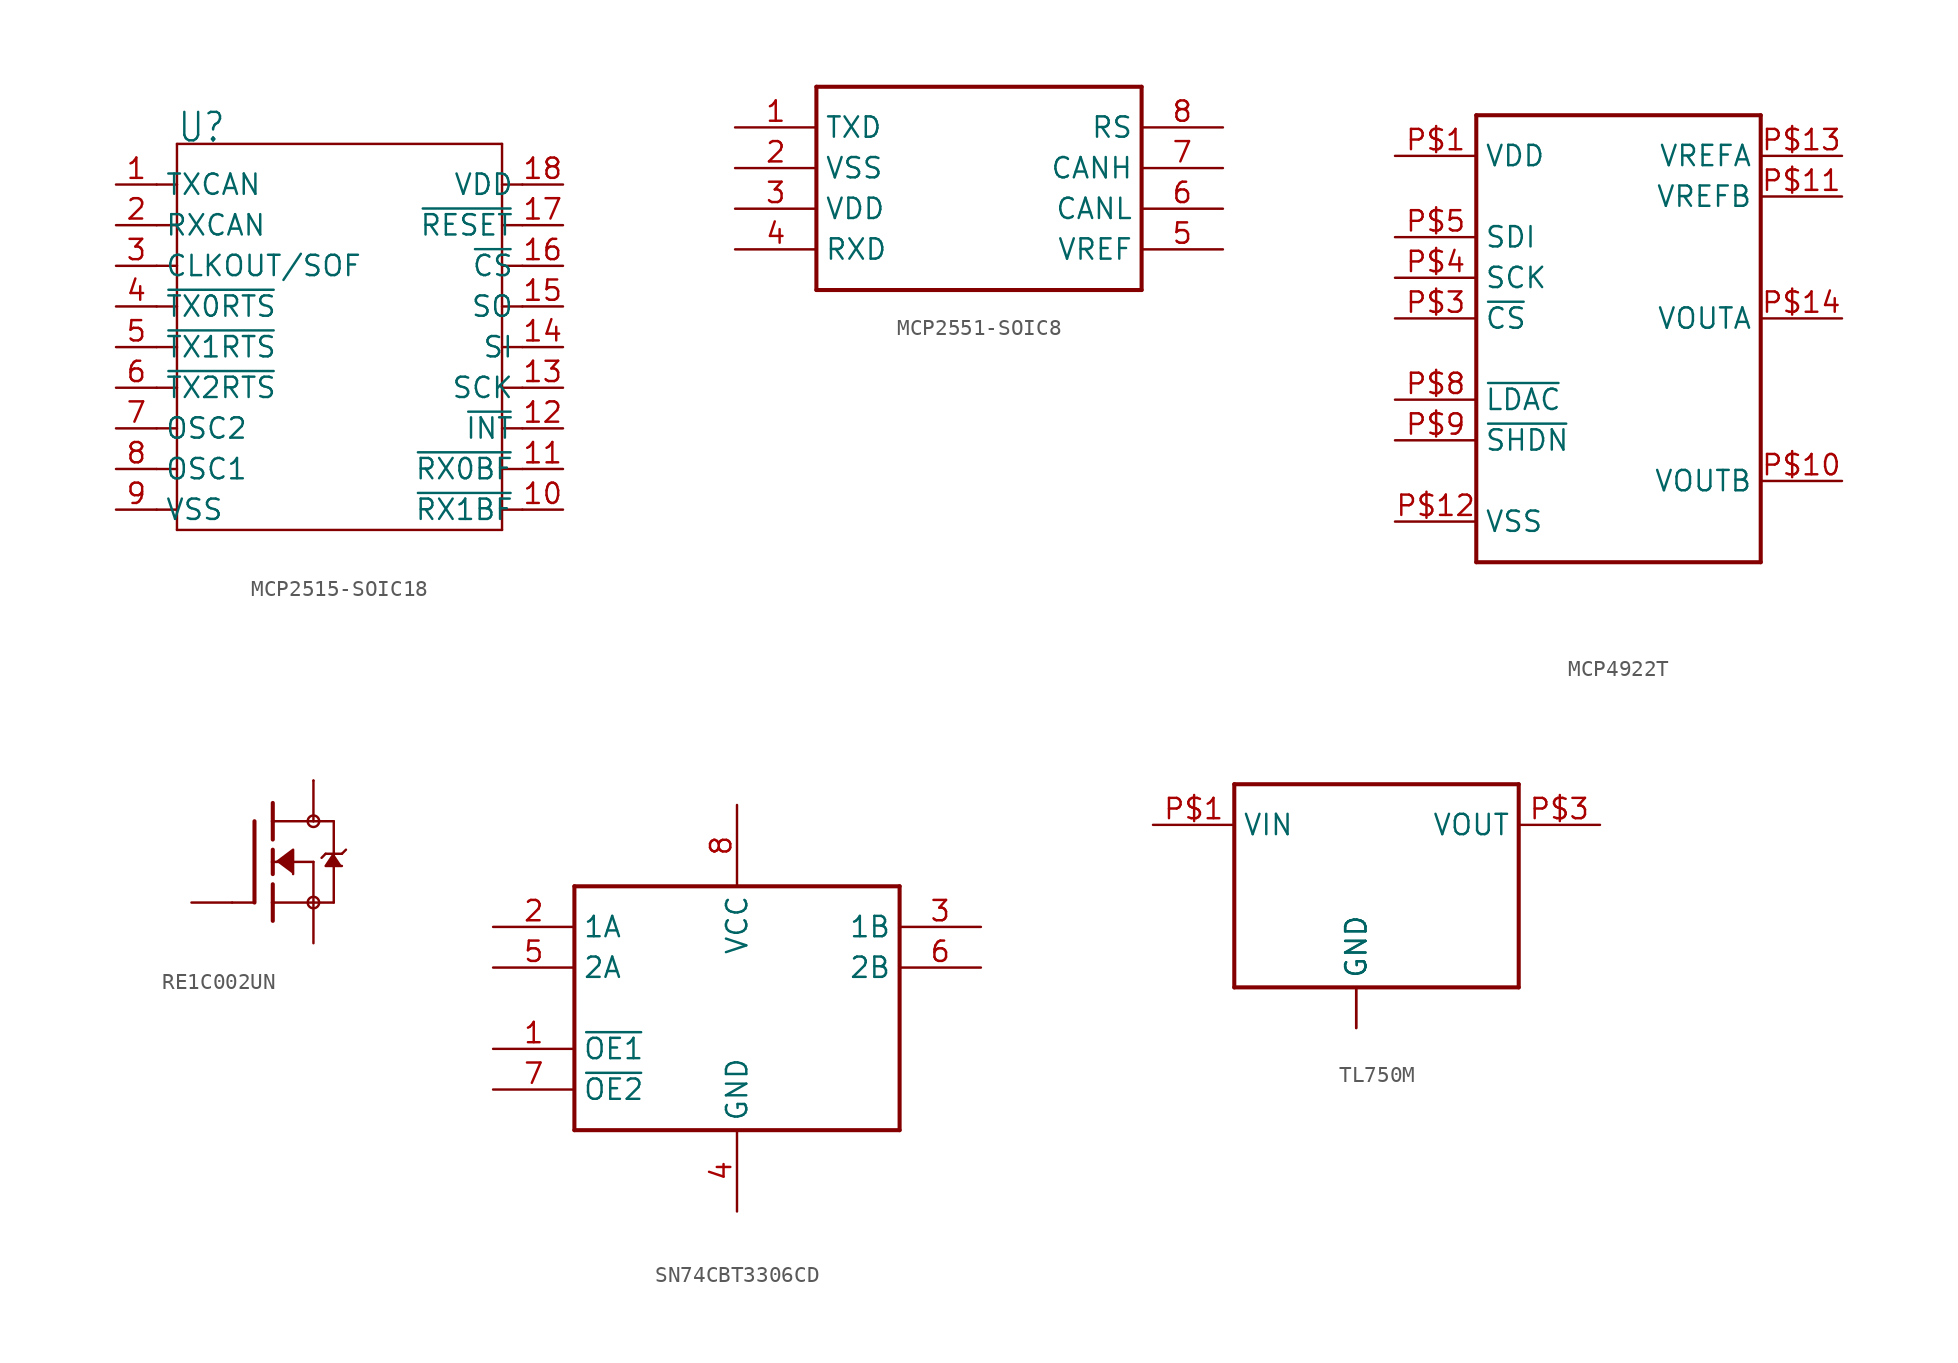
<source format=kicad_sym>
(kicad_symbol_lib
  (version 20220914)
  (generator kicad_symbol_editor)
  (symbol "MCP2515-SOIC18"
    (property "Reference" "U"
      (at -10.16 12.7 0)
      (effects (font (size 1.778 1.511)) (justify left bottom)))
    (property "Value" ""
      (at 1.27 12.7 0)
      (effects (font (size 1.778 1.511)) (justify left bottom)))
    (property "ki_locked" ""
      (at 0 0 0)
      (effects (font (size 1.27 1.27))))
    (symbol "MCP2515-SOIC18_1_0"
      (polyline (pts (xy -11.43 -10.16) (xy -10.16 -10.16)) (stroke (width 0.152) (type solid)) (fill (type none)))
      (polyline (pts (xy -11.43 -7.62) (xy -10.16 -7.62)) (stroke (width 0.152) (type solid)) (fill (type none)))
      (polyline (pts (xy -11.43 -5.08) (xy -10.16 -5.08)) (stroke (width 0.152) (type solid)) (fill (type none)))
      (polyline (pts (xy -11.43 -2.54) (xy -10.16 -2.54)) (stroke (width 0.152) (type solid)) (fill (type none)))
      (polyline (pts (xy -11.43 0) (xy -10.16 0)) (stroke (width 0.152) (type solid)) (fill (type none)))
      (polyline (pts (xy -11.43 2.54) (xy -10.16 2.54)) (stroke (width 0.152) (type solid)) (fill (type none)))
      (polyline (pts (xy -11.43 5.08) (xy -10.16 5.08)) (stroke (width 0.152) (type solid)) (fill (type none)))
      (polyline (pts (xy -11.43 7.62) (xy -10.16 7.62)) (stroke (width 0.152) (type solid)) (fill (type none)))
      (polyline (pts (xy -11.43 10.16) (xy -10.16 10.16)) (stroke (width 0.152) (type solid)) (fill (type none)))
      (polyline (pts (xy -10.16 -11.43) (xy -10.16 -2.54)) (stroke (width 0.152) (type solid)) (fill (type none)))
      (polyline (pts (xy -10.16 -2.54) (xy -10.16 0)) (stroke (width 0.152) (type solid)) (fill (type none)))
      (polyline (pts (xy -10.16 0) (xy -10.16 2.54)) (stroke (width 0.152) (type solid)) (fill (type none)))
      (polyline (pts (xy -10.16 2.54) (xy -10.16 5.08)) (stroke (width 0.152) (type solid)) (fill (type none)))
      (polyline (pts (xy -10.16 5.08) (xy -10.16 7.62)) (stroke (width 0.152) (type solid)) (fill (type none)))
      (polyline (pts (xy -10.16 7.62) (xy -10.16 10.16)) (stroke (width 0.152) (type solid)) (fill (type none)))
      (polyline (pts (xy -10.16 10.16) (xy -10.16 12.7)) (stroke (width 0.152) (type solid)) (fill (type none)))
      (polyline (pts (xy -10.16 12.7) (xy 10.16 12.7)) (stroke (width 0.152) (type solid)) (fill (type none)))
      (polyline (pts (xy 10.16 -11.43) (xy -10.16 -11.43)) (stroke (width 0.152) (type solid)) (fill (type none)))
      (polyline (pts (xy 10.16 -10.16) (xy 11.43 -10.16)) (stroke (width 0.152) (type solid)) (fill (type none)))
      (polyline (pts (xy 10.16 -7.62) (xy 11.43 -7.62)) (stroke (width 0.152) (type solid)) (fill (type none)))
      (polyline (pts (xy 10.16 -5.08) (xy 11.43 -5.08)) (stroke (width 0.152) (type solid)) (fill (type none)))
      (polyline (pts (xy 10.16 -2.54) (xy 11.43 -2.54)) (stroke (width 0.152) (type solid)) (fill (type none)))
      (polyline (pts (xy 10.16 0) (xy 11.43 0)) (stroke (width 0.152) (type solid)) (fill (type none)))
      (polyline (pts (xy 10.16 2.54) (xy 11.43 2.54)) (stroke (width 0.152) (type solid)) (fill (type none)))
      (polyline (pts (xy 10.16 5.08) (xy 11.43 5.08)) (stroke (width 0.152) (type solid)) (fill (type none)))
      (polyline (pts (xy 10.16 7.62) (xy 11.43 7.62)) (stroke (width 0.152) (type solid)) (fill (type none)))
      (polyline (pts (xy 10.16 10.16) (xy 11.43 10.16)) (stroke (width 0.152) (type solid)) (fill (type none)))
      (polyline (pts (xy 10.16 12.7) (xy 10.16 -11.43)) (stroke (width 0.152) (type solid)) (fill (type none)))
      (pin output line (at -13.97 10.16 0) (length 2.54) (name "TXCAN" (effects (font (size 1.27 1.27)))) (number "1" (effects (font (size 1.27 1.27)))))
      (pin output line (at 13.97 -10.16 180) (length 2.54) (name "~{RX1BF}" (effects (font (size 1.27 1.27)))) (number "10" (effects (font (size 1.27 1.27)))))
      (pin output line (at 13.97 -7.62 180) (length 2.54) (name "~{RX0BF}" (effects (font (size 1.27 1.27)))) (number "11" (effects (font (size 1.27 1.27)))))
      (pin output line (at 13.97 -5.08 180) (length 2.54) (name "~{INT}" (effects (font (size 1.27 1.27)))) (number "12" (effects (font (size 1.27 1.27)))))
      (pin input line (at 13.97 -2.54 180) (length 2.54) (name "SCK" (effects (font (size 1.27 1.27)))) (number "13" (effects (font (size 1.27 1.27)))))
      (pin input line (at 13.97 0 180) (length 2.54) (name "SI" (effects (font (size 1.27 1.27)))) (number "14" (effects (font (size 1.27 1.27)))))
      (pin output line (at 13.97 2.54 180) (length 2.54) (name "SO" (effects (font (size 1.27 1.27)))) (number "15" (effects (font (size 1.27 1.27)))))
      (pin input line (at 13.97 5.08 180) (length 2.54) (name "~{CS}" (effects (font (size 1.27 1.27)))) (number "16" (effects (font (size 1.27 1.27)))))
      (pin input line (at 13.97 7.62 180) (length 2.54) (name "~{RESET}" (effects (font (size 1.27 1.27)))) (number "17" (effects (font (size 1.27 1.27)))))
      (pin power_in line (at 13.97 10.16 180) (length 2.54) (name "VDD" (effects (font (size 1.27 1.27)))) (number "18" (effects (font (size 1.27 1.27)))))
      (pin input line (at -13.97 7.62 0) (length 2.54) (name "RXCAN" (effects (font (size 1.27 1.27)))) (number "2" (effects (font (size 1.27 1.27)))))
      (pin output line (at -13.97 5.08 0) (length 2.54) (name "CLKOUT/SOF" (effects (font (size 1.27 1.27)))) (number "3" (effects (font (size 1.27 1.27)))))
      (pin input line (at -13.97 2.54 0) (length 2.54) (name "~{TX0RTS}" (effects (font (size 1.27 1.27)))) (number "4" (effects (font (size 1.27 1.27)))))
      (pin input line (at -13.97 0 0) (length 2.54) (name "~{TX1RTS}" (effects (font (size 1.27 1.27)))) (number "5" (effects (font (size 1.27 1.27)))))
      (pin input line (at -13.97 -2.54 0) (length 2.54) (name "~{TX2RTS}" (effects (font (size 1.27 1.27)))) (number "6" (effects (font (size 1.27 1.27)))))
      (pin output line (at -13.97 -5.08 0) (length 2.54) (name "OSC2" (effects (font (size 1.27 1.27)))) (number "7" (effects (font (size 1.27 1.27)))))
      (pin input line (at -13.97 -7.62 0) (length 2.54) (name "OSC1" (effects (font (size 1.27 1.27)))) (number "8" (effects (font (size 1.27 1.27)))))
      (pin power_in line (at -13.97 -10.16 0) (length 2.54) (name "VSS" (effects (font (size 1.27 1.27)))) (number "9" (effects (font (size 1.27 1.27)))))))
  (symbol "MCP2551-SOIC8"
    (property "Reference" "U"
      (at -10.16 6.35 0)
      (effects (font (size 1.778 1.511)) (justify left bottom) hide))
    (property "ki_locked" ""
      (at 0 0 0)
      (effects (font (size 1.27 1.27))))
    (symbol "MCP2551-SOIC8_1_0"
      (polyline (pts (xy -10.16 -6.35) (xy 10.16 -6.35)) (stroke (width 0.254) (type solid)) (fill (type none)))
      (polyline (pts (xy -10.16 6.35) (xy -10.16 -6.35)) (stroke (width 0.254) (type solid)) (fill (type none)))
      (polyline (pts (xy 10.16 -6.35) (xy 10.16 6.35)) (stroke (width 0.254) (type solid)) (fill (type none)))
      (polyline (pts (xy 10.16 6.35) (xy -10.16 6.35)) (stroke (width 0.254) (type solid)) (fill (type none)))
      (pin bidirectional line (at -15.24 3.81 0) (length 5.08) (name "TXD" (effects (font (size 1.27 1.27)))) (number "1" (effects (font (size 1.27 1.27)))))
      (pin bidirectional line (at -15.24 1.27 0) (length 5.08) (name "VSS" (effects (font (size 1.27 1.27)))) (number "2" (effects (font (size 1.27 1.27)))))
      (pin bidirectional line (at -15.24 -1.27 0) (length 5.08) (name "VDD" (effects (font (size 1.27 1.27)))) (number "3" (effects (font (size 1.27 1.27)))))
      (pin bidirectional line (at -15.24 -3.81 0) (length 5.08) (name "RXD" (effects (font (size 1.27 1.27)))) (number "4" (effects (font (size 1.27 1.27)))))
      (pin bidirectional line (at 15.24 -3.81 180) (length 5.08) (name "VREF" (effects (font (size 1.27 1.27)))) (number "5" (effects (font (size 1.27 1.27)))))
      (pin bidirectional line (at 15.24 -1.27 180) (length 5.08) (name "CANL" (effects (font (size 1.27 1.27)))) (number "6" (effects (font (size 1.27 1.27)))))
      (pin bidirectional line (at 15.24 1.27 180) (length 5.08) (name "CANH" (effects (font (size 1.27 1.27)))) (number "7" (effects (font (size 1.27 1.27)))))
      (pin bidirectional line (at 15.24 3.81 180) (length 5.08) (name "RS" (effects (font (size 1.27 1.27)))) (number "8" (effects (font (size 1.27 1.27)))))))
  (symbol "MCP4922T"
    (property "Reference" ""
      (at -7.62 17.78 0)
      (effects (font (size 1.778 1.511)) (justify left bottom) hide))
    (property "Value" ""
      (at -7.62 -15.24 0)
      (effects (font (size 1.778 1.511)) (justify left bottom)))
    (property "ki_locked" ""
      (at 0 0 0)
      (effects (font (size 1.27 1.27))))
    (symbol "MCP4922T_1_0"
      (polyline (pts (xy -7.62 -12.7) (xy -7.62 15.24)) (stroke (width 0.254) (type solid)) (fill (type none)))
      (polyline (pts (xy -7.62 15.24) (xy 10.16 15.24)) (stroke (width 0.254) (type solid)) (fill (type none)))
      (polyline (pts (xy 10.16 -12.7) (xy -7.62 -12.7)) (stroke (width 0.254) (type solid)) (fill (type none)))
      (polyline (pts (xy 10.16 15.24) (xy 10.16 -12.7)) (stroke (width 0.254) (type solid)) (fill (type none)))
      (pin bidirectional line (at -12.7 12.7 0) (length 5.08) (name "VDD" (effects (font (size 1.27 1.27)))) (number "P$1" (effects (font (size 1.27 1.27)))))
      (pin bidirectional line (at 15.24 -7.62 180) (length 5.08) (name "VOUTB" (effects (font (size 1.27 1.27)))) (number "P$10" (effects (font (size 1.27 1.27)))))
      (pin bidirectional line (at 15.24 10.16 180) (length 5.08) (name "VREFB" (effects (font (size 1.27 1.27)))) (number "P$11" (effects (font (size 1.27 1.27)))))
      (pin bidirectional line (at -12.7 -10.16 0) (length 5.08) (name "VSS" (effects (font (size 1.27 1.27)))) (number "P$12" (effects (font (size 1.27 1.27)))))
      (pin bidirectional line (at 15.24 12.7 180) (length 5.08) (name "VREFA" (effects (font (size 1.27 1.27)))) (number "P$13" (effects (font (size 1.27 1.27)))))
      (pin bidirectional line (at 15.24 2.54 180) (length 5.08) (name "VOUTA" (effects (font (size 1.27 1.27)))) (number "P$14" (effects (font (size 1.27 1.27)))))
      (pin bidirectional line (at -12.7 2.54 0) (length 5.08) (name "~{CS}" (effects (font (size 1.27 1.27)))) (number "P$3" (effects (font (size 1.27 1.27)))))
      (pin bidirectional line (at -12.7 5.08 0) (length 5.08) (name "SCK" (effects (font (size 1.27 1.27)))) (number "P$4" (effects (font (size 1.27 1.27)))))
      (pin bidirectional line (at -12.7 7.62 0) (length 5.08) (name "SDI" (effects (font (size 1.27 1.27)))) (number "P$5" (effects (font (size 1.27 1.27)))))
      (pin bidirectional line (at -12.7 -2.54 0) (length 5.08) (name "~{LDAC}" (effects (font (size 1.27 1.27)))) (number "P$8" (effects (font (size 1.27 1.27)))))
      (pin bidirectional line (at -12.7 -5.08 0) (length 5.08) (name "~{SHDN}" (effects (font (size 1.27 1.27)))) (number "P$9" (effects (font (size 1.27 1.27)))))))
  (symbol "RE1C002UN"
    (property "Reference" ""
      (at -11.43 2.54 0)
      (effects (font (size 1.778 1.511)) (justify left bottom) hide))
    (property "Value" ""
      (at -11.43 0 0)
      (effects (font (size 1.778 1.511)) (justify left bottom)))
    (property "ki_locked" ""
      (at 0 0 0)
      (effects (font (size 1.27 1.27))))
    (symbol "RE1C002UN_1_0"
      (polyline (pts (xy -2.54 -2.54) (xy -1.219 -2.54)) (stroke (width 0.152) (type solid)) (fill (type none)))
      (polyline (pts (xy -1.143 2.54) (xy -1.143 -2.54)) (stroke (width 0.254) (type solid)) (fill (type none)))
      (polyline (pts (xy 0 -2.54) (xy 0 -3.683)) (stroke (width 0.254) (type solid)) (fill (type none)))
      (polyline (pts (xy 0 -1.397) (xy 0 -2.54)) (stroke (width 0.254) (type solid)) (fill (type none)))
      (polyline (pts (xy 0 0) (xy 0 -0.762)) (stroke (width 0.254) (type solid)) (fill (type none)))
      (polyline (pts (xy 0 0) (xy 2.54 0)) (stroke (width 0.152) (type solid)) (fill (type none)))
      (polyline (pts (xy 0 0.762) (xy 0 0)) (stroke (width 0.254) (type solid)) (fill (type none)))
      (polyline (pts (xy 0 2.54) (xy 0 1.397)) (stroke (width 0.254) (type solid)) (fill (type none)))
      (polyline (pts (xy 0 2.54) (xy 2.54 2.54)) (stroke (width 0.152) (type solid)) (fill (type none)))
      (polyline (pts (xy 0 3.683) (xy 0 2.54)) (stroke (width 0.254) (type solid)) (fill (type none)))
      (polyline (pts (xy 2.54 -2.54) (xy 0 -2.54)) (stroke (width 0.152) (type solid)) (fill (type none)))
      (polyline (pts (xy 2.54 -2.54) (xy 3.81 -2.54)) (stroke (width 0.152) (type solid)) (fill (type none)))
      (polyline (pts (xy 2.54 0) (xy 2.54 -2.54)) (stroke (width 0.152) (type solid)) (fill (type none)))
      (polyline (pts (xy 2.54 2.54) (xy 2.54 5.08)) (stroke (width 0.152) (type solid)) (fill (type none)))
      (polyline (pts (xy 2.54 2.54) (xy 3.81 2.54)) (stroke (width 0.152) (type solid)) (fill (type none)))
      (polyline (pts (xy 3.302 0.508) (xy 3.048 0.254)) (stroke (width 0.152) (type solid)) (fill (type none)))
      (polyline (pts (xy 3.81 0.508) (xy 3.302 0.508)) (stroke (width 0.152) (type solid)) (fill (type none)))
      (polyline (pts (xy 3.81 0.508) (xy 3.81 -2.54)) (stroke (width 0.152) (type solid)) (fill (type none)))
      (polyline (pts (xy 3.81 2.54) (xy 3.81 0.508)) (stroke (width 0.152) (type solid)) (fill (type none)))
      (polyline (pts (xy 4.318 0.508) (xy 3.81 0.508)) (stroke (width 0.152) (type solid)) (fill (type none)))
      (polyline (pts (xy 4.572 0.762) (xy 4.318 0.508)) (stroke (width 0.152) (type solid)) (fill (type none)))
      (polyline (pts (xy 0.254 0) (xy 1.27 0.762) (xy 1.27 -0.762)) (stroke (width 0.152) (type solid)) (fill (type outline)))
      (polyline (pts (xy 3.81 0.508) (xy 3.302 -0.254) (xy 4.318 -0.254)) (stroke (width 0.152) (type solid)) (fill (type outline)))
      (circle (center 2.54 -2.54) (radius 0.359) (stroke (width 0) (type solid)) (fill (type none)))
      (circle (center 2.54 2.54) (radius 0.359) (stroke (width 0) (type solid)) (fill (type none)))
      (pin passive line (at -5.08 -2.54 0) (length 2.54) (name "G" (effects (font (size 0 0)))) (number "P$1" (effects (font (size 0 0)))))
      (pin passive line (at 2.54 -5.08 90) (length 2.54) (name "S" (effects (font (size 0 0)))) (number "P$2" (effects (font (size 0 0)))))
      (pin passive line (at 2.54 5.08 180) (length 0) (name "D" (effects (font (size 0 0)))) (number "P$3" (effects (font (size 0 0)))))))
  (symbol "SN74CBT3306CD"
    (property "Reference" ""
      (at 2.54 7.62 0)
      (effects (font (size 1.778 1.511)) (justify left bottom) hide))
    (property "Value" ""
      (at 2.54 -12.7 0)
      (effects (font (size 1.778 1.511)) (justify left bottom)))
    (property "ki_locked" ""
      (at 0 0 0)
      (effects (font (size 1.27 1.27))))
    (symbol "SN74CBT3306CD_1_0"
      (polyline (pts (xy -10.16 -10.16) (xy -10.16 5.08)) (stroke (width 0.254) (type solid)) (fill (type none)))
      (polyline (pts (xy -10.16 5.08) (xy 10.16 5.08)) (stroke (width 0.254) (type solid)) (fill (type none)))
      (polyline (pts (xy 10.16 -10.16) (xy -10.16 -10.16)) (stroke (width 0.254) (type solid)) (fill (type none)))
      (polyline (pts (xy 10.16 5.08) (xy 10.16 -10.16)) (stroke (width 0.254) (type solid)) (fill (type none)))
      (pin bidirectional line (at -15.24 -5.08 0) (length 5.08) (name "~{OE1}" (effects (font (size 1.27 1.27)))) (number "1" (effects (font (size 1.27 1.27)))))
      (pin bidirectional line (at -15.24 2.54 0) (length 5.08) (name "1A" (effects (font (size 1.27 1.27)))) (number "2" (effects (font (size 1.27 1.27)))))
      (pin bidirectional line (at 15.24 2.54 180) (length 5.08) (name "1B" (effects (font (size 1.27 1.27)))) (number "3" (effects (font (size 1.27 1.27)))))
      (pin bidirectional line (at 0 -15.24 90) (length 5.08) (name "GND" (effects (font (size 1.27 1.27)))) (number "4" (effects (font (size 1.27 1.27)))))
      (pin bidirectional line (at -15.24 0 0) (length 5.08) (name "2A" (effects (font (size 1.27 1.27)))) (number "5" (effects (font (size 1.27 1.27)))))
      (pin bidirectional line (at 15.24 0 180) (length 5.08) (name "2B" (effects (font (size 1.27 1.27)))) (number "6" (effects (font (size 1.27 1.27)))))
      (pin bidirectional line (at -15.24 -7.62 0) (length 5.08) (name "~{OE2}" (effects (font (size 1.27 1.27)))) (number "7" (effects (font (size 1.27 1.27)))))
      (pin bidirectional line (at 0 10.16 270) (length 5.08) (name "VCC" (effects (font (size 1.27 1.27)))) (number "8" (effects (font (size 1.27 1.27)))))))
  (symbol "TL750M"
    (property "Reference" ""
      (at -7.62 5.08 0)
      (effects (font (size 1.27 1.079)) (justify left bottom) hide))
    (property "Value" ""
      (at 2.54 -12.7 0)
      (effects (font (size 1.27 1.079)) (justify left bottom)))
    (property "ki_locked" ""
      (at 0 0 0)
      (effects (font (size 1.27 1.27))))
    (symbol "TL750M_1_0"
      (polyline (pts (xy -7.62 -10.16) (xy -7.62 2.54)) (stroke (width 0.254) (type solid)) (fill (type none)))
      (polyline (pts (xy -7.62 2.54) (xy 10.16 2.54)) (stroke (width 0.254) (type solid)) (fill (type none)))
      (polyline (pts (xy 10.16 -10.16) (xy -7.62 -10.16)) (stroke (width 0.254) (type solid)) (fill (type none)))
      (polyline (pts (xy 10.16 2.54) (xy 10.16 -10.16)) (stroke (width 0.254) (type solid)) (fill (type none)))
      (pin bidirectional line (at -12.7 0 0) (length 5.08) (name "VIN" (effects (font (size 1.27 1.27)))) (number "P$1" (effects (font (size 1.27 1.27)))))
      (pin bidirectional line (at 0 -12.7 90) (length 2.54) (name "GND" (effects (font (size 1.27 1.27)))) (number "P$2" (effects (font (size 0 0)))))
      (pin bidirectional line (at 15.24 0 180) (length 5.08) (name "VOUT" (effects (font (size 1.27 1.27)))) (number "P$3" (effects (font (size 1.27 1.27)))))
      (pin bidirectional line (at 0 -12.7 90) (length 2.54) (name "GND" (effects (font (size 1.27 1.27)))) (number "P$4" (effects (font (size 0 0))))))))
</source>
